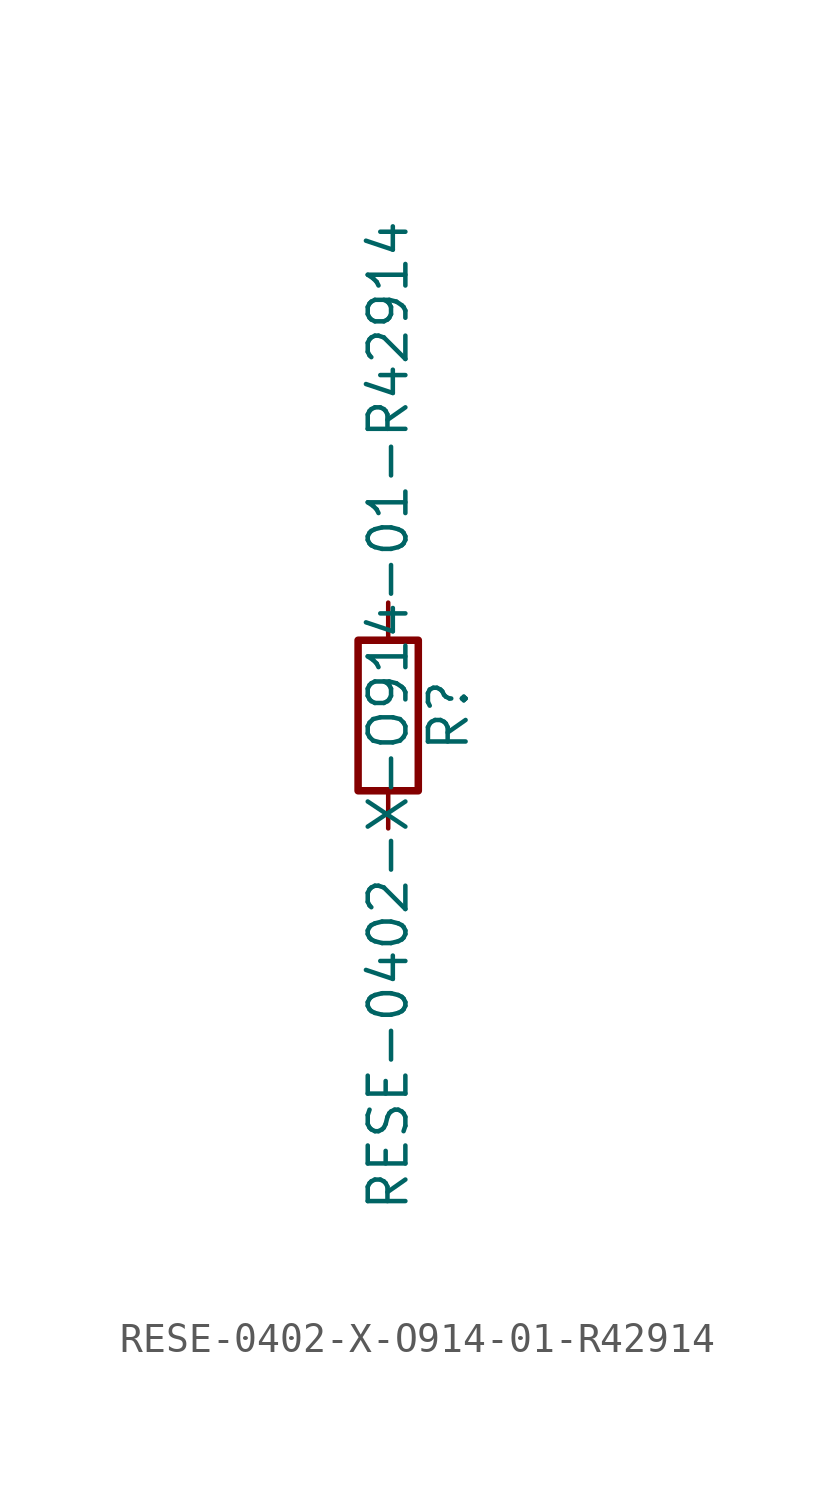
<source format=kicad_sym>
(kicad_symbol_lib
  (version 20211014)
  (generator kicad_symbol_editor)
  (symbol "RESE-0402-X-O914-01-R42914"
    (pin_numbers hide)
    (pin_names
      (offset 0))
    (property "Reference" "R"
      (at 2.032 0 90)
      (effects (font (size 1.27 1.27))))
    (property "Value" "RESE-0402-X-O914-01-R42914"
      (at 0 0 90)
      (effects (font (size 1.27 1.27))))
    (symbol "RESE-0402-X-O914-01-R42914_0_1"
      (rectangle (start -1.016 -2.54) (end 1.016 2.54) (stroke (width 0.254) (type default) (color 0 0 0 0)) (fill (type none))))
    (symbol "RESE-0402-X-O914-01-R42914_1_1"
      (pin passive line (at 0 3.81 270) (length 1.27) (name "~" (effects (font (size 1.27 1.27)))) (number "1" (effects (font (size 1.27 1.27)))))
      (pin passive line (at 0 -3.81 90) (length 1.27) (name "~" (effects (font (size 1.27 1.27)))) (number "2" (effects (font (size 1.27 1.27))))))))
</source>
